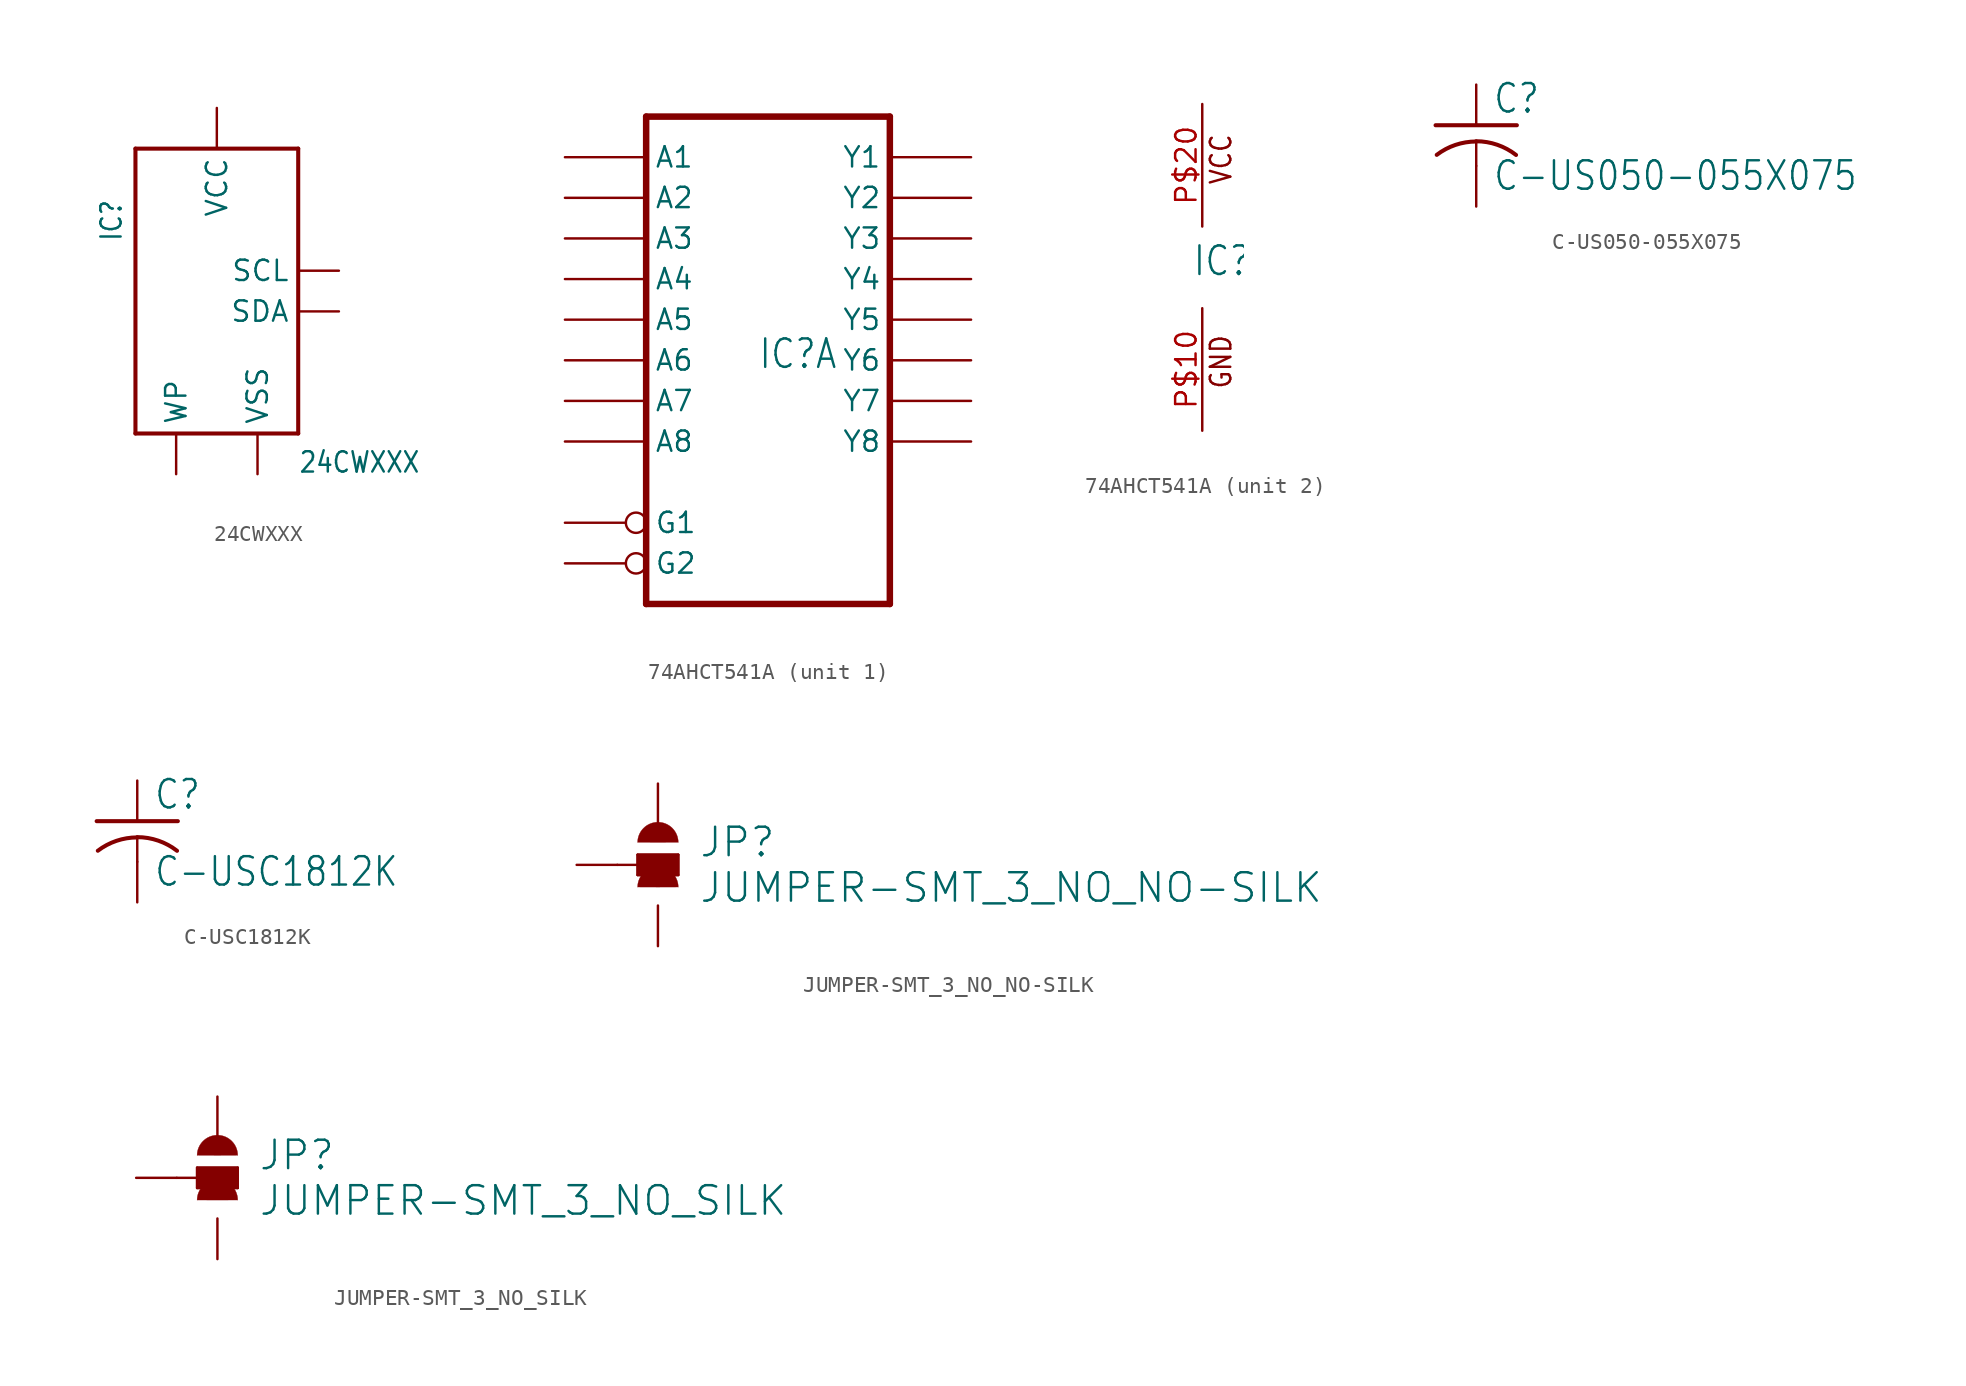
<source format=kicad_sym>
(kicad_symbol_lib
  (version 20211014)
  (generator kicad_symbol_editor)
  (symbol "24CWXXX"
    (property "Reference" "IC"
      (at -5.842 4.318 90)
      (effects (font (size 1.27 1.079)) (justify left bottom)))
    (property "Value" "24CWXXX"
      (at 5.08 -10.16 0)
      (effects (font (size 1.27 1.079)) (justify left bottom)))
    (property "ki_locked" ""
      (at 0 0 0)
      (effects (font (size 1.27 1.27))))
    (symbol "24CWXXX_1_0"
      (polyline (pts (xy -5.08 -7.62) (xy 5.08 -7.62)) (stroke (width 0.254) (type default) (color 0 0 0 0)) (fill (type none)))
      (polyline (pts (xy -5.08 10.16) (xy -5.08 -7.62)) (stroke (width 0.254) (type default) (color 0 0 0 0)) (fill (type none)))
      (polyline (pts (xy 5.08 -7.62) (xy 5.08 10.16)) (stroke (width 0.254) (type default) (color 0 0 0 0)) (fill (type none)))
      (polyline (pts (xy 5.08 10.16) (xy -5.08 10.16)) (stroke (width 0.254) (type default) (color 0 0 0 0)) (fill (type none)))
      (pin bidirectional line (at 2.54 -10.16 90) (length 2.54) (name "VSS" (effects (font (size 1.27 1.27)))) (number "P$4" (effects (font (size 0 0)))))
      (pin bidirectional line (at 7.62 0 180) (length 2.54) (name "SDA" (effects (font (size 1.27 1.27)))) (number "P$5" (effects (font (size 0 0)))))
      (pin bidirectional line (at 7.62 2.54 180) (length 2.54) (name "SCL" (effects (font (size 1.27 1.27)))) (number "P$6" (effects (font (size 0 0)))))
      (pin bidirectional line (at -2.54 -10.16 90) (length 2.54) (name "WP" (effects (font (size 1.27 1.27)))) (number "P$7" (effects (font (size 0 0)))))
      (pin bidirectional line (at 0 12.7 270) (length 2.54) (name "VCC" (effects (font (size 1.27 1.27)))) (number "P$8" (effects (font (size 0 0)))))))
  (symbol "74AHCT541A"
    (property "Reference" "IC"
      (at -0.635 -0.635 0)
      (effects (font (size 1.778 1.511)) (justify left bottom)))
    (property "ki_locked" ""
      (at 0 0 0)
      (effects (font (size 1.27 1.27))))
    (symbol "74AHCT541A_1_0"
      (polyline (pts (xy -7.62 -15.24) (xy 7.62 -15.24)) (stroke (width 0.406) (type default) (color 0 0 0 0)) (fill (type none)))
      (polyline (pts (xy -7.62 15.24) (xy -7.62 -15.24)) (stroke (width 0.406) (type default) (color 0 0 0 0)) (fill (type none)))
      (polyline (pts (xy 7.62 -15.24) (xy 7.62 15.24)) (stroke (width 0.406) (type default) (color 0 0 0 0)) (fill (type none)))
      (polyline (pts (xy 7.62 15.24) (xy -7.62 15.24)) (stroke (width 0.406) (type default) (color 0 0 0 0)) (fill (type none)))
      (pin input inverted (at -12.7 -10.16 0) (length 5.08) (name "G1" (effects (font (size 1.27 1.27)))) (number "P$1" (effects (font (size 0 0)))))
      (pin tri_state line (at 12.7 -5.08 180) (length 5.08) (name "Y8" (effects (font (size 1.27 1.27)))) (number "P$11" (effects (font (size 0 0)))))
      (pin tri_state line (at 12.7 -2.54 180) (length 5.08) (name "Y7" (effects (font (size 1.27 1.27)))) (number "P$12" (effects (font (size 0 0)))))
      (pin tri_state line (at 12.7 0 180) (length 5.08) (name "Y6" (effects (font (size 1.27 1.27)))) (number "P$13" (effects (font (size 0 0)))))
      (pin tri_state line (at 12.7 2.54 180) (length 5.08) (name "Y5" (effects (font (size 1.27 1.27)))) (number "P$14" (effects (font (size 0 0)))))
      (pin tri_state line (at 12.7 5.08 180) (length 5.08) (name "Y4" (effects (font (size 1.27 1.27)))) (number "P$15" (effects (font (size 0 0)))))
      (pin tri_state line (at 12.7 7.62 180) (length 5.08) (name "Y3" (effects (font (size 1.27 1.27)))) (number "P$16" (effects (font (size 0 0)))))
      (pin tri_state line (at 12.7 10.16 180) (length 5.08) (name "Y2" (effects (font (size 1.27 1.27)))) (number "P$17" (effects (font (size 0 0)))))
      (pin tri_state line (at 12.7 12.7 180) (length 5.08) (name "Y1" (effects (font (size 1.27 1.27)))) (number "P$18" (effects (font (size 0 0)))))
      (pin input inverted (at -12.7 -12.7 0) (length 5.08) (name "G2" (effects (font (size 1.27 1.27)))) (number "P$19" (effects (font (size 0 0)))))
      (pin input line (at -12.7 12.7 0) (length 5.08) (name "A1" (effects (font (size 1.27 1.27)))) (number "P$2" (effects (font (size 0 0)))))
      (pin input line (at -12.7 10.16 0) (length 5.08) (name "A2" (effects (font (size 1.27 1.27)))) (number "P$3" (effects (font (size 0 0)))))
      (pin input line (at -12.7 7.62 0) (length 5.08) (name "A3" (effects (font (size 1.27 1.27)))) (number "P$4" (effects (font (size 0 0)))))
      (pin input line (at -12.7 5.08 0) (length 5.08) (name "A4" (effects (font (size 1.27 1.27)))) (number "P$5" (effects (font (size 0 0)))))
      (pin input line (at -12.7 2.54 0) (length 5.08) (name "A5" (effects (font (size 1.27 1.27)))) (number "P$6" (effects (font (size 0 0)))))
      (pin input line (at -12.7 0 0) (length 5.08) (name "A6" (effects (font (size 1.27 1.27)))) (number "P$7" (effects (font (size 0 0)))))
      (pin input line (at -12.7 -2.54 0) (length 5.08) (name "A7" (effects (font (size 1.27 1.27)))) (number "P$8" (effects (font (size 0 0)))))
      (pin input line (at -12.7 -5.08 0) (length 5.08) (name "A8" (effects (font (size 1.27 1.27)))) (number "P$9" (effects (font (size 0 0))))))
    (symbol "74AHCT541A_2_0"
      (text "GND" (at 1.905 -7.62 900) (effects (font (size 1.27 1.079)) (justify left bottom)))
      (text "VCC" (at 1.905 5.08 900) (effects (font (size 1.27 1.079)) (justify left bottom)))
      (pin power_in line (at 0 -10.16 90) (length 7.62) (name "GND" (effects (font (size 0 0)))) (number "P$10" (effects (font (size 1.27 1.27)))))
      (pin power_in line (at 0 10.16 270) (length 7.62) (name "VCC" (effects (font (size 0 0)))) (number "P$20" (effects (font (size 1.27 1.27)))))))
  (symbol "C-US050-055X075"
    (property "Reference" "C"
      (at 1.016 0.635 0)
      (effects (font (size 1.778 1.511)) (justify left bottom)))
    (property "Value" "C-US050-055X075"
      (at 1.016 -4.191 0)
      (effects (font (size 1.778 1.511)) (justify left bottom)))
    (property "ki_locked" ""
      (at 0 0 0)
      (effects (font (size 1.27 1.27))))
    (symbol "C-US050-055X075_1_0"
      (arc (start 0 -1.0161) (mid -1.302 -1.2303) (end -2.4668 -1.8504) (stroke (width 0.254) (type default) (color 0 0 0 0)) (fill (type none)))
      (polyline (pts (xy -2.54 0) (xy 2.54 0)) (stroke (width 0.254) (type default) (color 0 0 0 0)) (fill (type none)))
      (polyline (pts (xy 0 -1.016) (xy 0 -2.54)) (stroke (width 0.152) (type default) (color 0 0 0 0)) (fill (type none)))
      (arc (start 2.4892 -1.8542) (mid 1.3158 -1.2195) (end 0 -1) (stroke (width 0.254) (type default) (color 0 0 0 0)) (fill (type none)))
      (pin passive line (at 0 2.54 270) (length 2.54) (name "1" (effects (font (size 0 0)))) (number "1" (effects (font (size 0 0)))))
      (pin passive line (at 0 -5.08 90) (length 2.54) (name "2" (effects (font (size 0 0)))) (number "2" (effects (font (size 0 0)))))))
  (symbol "C-USC1812K"
    (property "Reference" "C"
      (at 1.016 0.635 0)
      (effects (font (size 1.778 1.511)) (justify left bottom)))
    (property "Value" "C-USC1812K"
      (at 1.016 -4.191 0)
      (effects (font (size 1.778 1.511)) (justify left bottom)))
    (property "ki_locked" ""
      (at 0 0 0)
      (effects (font (size 1.27 1.27))))
    (symbol "C-USC1812K_1_0"
      (arc (start 0 -1.0161) (mid -1.302 -1.2303) (end -2.4668 -1.8504) (stroke (width 0.254) (type default) (color 0 0 0 0)) (fill (type none)))
      (polyline (pts (xy -2.54 0) (xy 2.54 0)) (stroke (width 0.254) (type default) (color 0 0 0 0)) (fill (type none)))
      (polyline (pts (xy 0 -1.016) (xy 0 -2.54)) (stroke (width 0.152) (type default) (color 0 0 0 0)) (fill (type none)))
      (arc (start 2.4892 -1.8542) (mid 1.3158 -1.2195) (end 0 -1) (stroke (width 0.254) (type default) (color 0 0 0 0)) (fill (type none)))
      (pin passive line (at 0 2.54 270) (length 2.54) (name "1" (effects (font (size 0 0)))) (number "1" (effects (font (size 0 0)))))
      (pin passive line (at 0 -5.08 90) (length 2.54) (name "2" (effects (font (size 0 0)))) (number "2" (effects (font (size 0 0)))))))
  (symbol "JUMPER-SMT_3_NO_NO-SILK"
    (property "Reference" "JP"
      (at 2.54 0.381 0)
      (effects (font (size 1.778 1.778)) (justify left bottom)))
    (property "Value" "JUMPER-SMT_3_NO_NO-SILK"
      (at 2.54 -0.381 0)
      (effects (font (size 1.778 1.778)) (justify left top)))
    (property "ki_locked" ""
      (at 0 0 0)
      (effects (font (size 1.27 1.27))))
    (symbol "JUMPER-SMT_3_NO_NO-SILK_1_0"
      (rectangle (start -1.27 -0.635) (end 1.27 0.635) (stroke (width 0) (type default) (color 0 0 0 0)) (fill (type outline)))
      (polyline (pts (xy -2.54 0) (xy -1.27 0)) (stroke (width 0.152) (type default) (color 0 0 0 0)) (fill (type none)))
      (polyline (pts (xy -1.27 -0.635) (xy -1.27 0)) (stroke (width 0.152) (type default) (color 0 0 0 0)) (fill (type none)))
      (polyline (pts (xy -1.27 0) (xy -1.27 0.635)) (stroke (width 0.152) (type default) (color 0 0 0 0)) (fill (type none)))
      (polyline (pts (xy -1.27 0.635) (xy 1.27 0.635)) (stroke (width 0.152) (type default) (color 0 0 0 0)) (fill (type none)))
      (polyline (pts (xy 1.27 -0.635) (xy -1.27 -0.635)) (stroke (width 0.152) (type default) (color 0 0 0 0)) (fill (type none)))
      (polyline (pts (xy 1.27 0.635) (xy 1.27 -0.635)) (stroke (width 0.152) (type default) (color 0 0 0 0)) (fill (type none)))
      (arc (start 1.27 -1.397) (mid 0 -0.127) (end -1.27 -1.397) (stroke (width 0.0001) (type default) (color 0 0 0 0)) (fill (type outline)))
      (arc (start 1.27 1.397) (mid 0 2.667) (end -1.27 1.397) (stroke (width 0.0001) (type default) (color 0 0 0 0)) (fill (type outline)))
      (pin passive line (at 0 5.08 270) (length 2.54) (name "1" (effects (font (size 0 0)))) (number "1" (effects (font (size 0 0)))))
      (pin passive line (at -5.08 0 0) (length 2.54) (name "2" (effects (font (size 0 0)))) (number "2" (effects (font (size 0 0)))))
      (pin passive line (at 0 -5.08 90) (length 2.54) (name "3" (effects (font (size 0 0)))) (number "3" (effects (font (size 0 0)))))))
  (symbol "JUMPER-SMT_3_NO_SILK"
    (property "Reference" "JP"
      (at 2.54 0.381 0)
      (effects (font (size 1.778 1.778)) (justify left bottom)))
    (property "Value" "JUMPER-SMT_3_NO_SILK"
      (at 2.54 -0.381 0)
      (effects (font (size 1.778 1.778)) (justify left top)))
    (property "ki_locked" ""
      (at 0 0 0)
      (effects (font (size 1.27 1.27))))
    (symbol "JUMPER-SMT_3_NO_SILK_1_0"
      (rectangle (start -1.27 -0.635) (end 1.27 0.635) (stroke (width 0) (type default) (color 0 0 0 0)) (fill (type outline)))
      (polyline (pts (xy -2.54 0) (xy -1.27 0)) (stroke (width 0.152) (type default) (color 0 0 0 0)) (fill (type none)))
      (polyline (pts (xy -1.27 -0.635) (xy -1.27 0)) (stroke (width 0.152) (type default) (color 0 0 0 0)) (fill (type none)))
      (polyline (pts (xy -1.27 0) (xy -1.27 0.635)) (stroke (width 0.152) (type default) (color 0 0 0 0)) (fill (type none)))
      (polyline (pts (xy -1.27 0.635) (xy 1.27 0.635)) (stroke (width 0.152) (type default) (color 0 0 0 0)) (fill (type none)))
      (polyline (pts (xy 1.27 -0.635) (xy -1.27 -0.635)) (stroke (width 0.152) (type default) (color 0 0 0 0)) (fill (type none)))
      (polyline (pts (xy 1.27 0.635) (xy 1.27 -0.635)) (stroke (width 0.152) (type default) (color 0 0 0 0)) (fill (type none)))
      (arc (start 1.27 -1.397) (mid 0 -0.127) (end -1.27 -1.397) (stroke (width 0.0001) (type default) (color 0 0 0 0)) (fill (type outline)))
      (arc (start 1.27 1.397) (mid 0 2.667) (end -1.27 1.397) (stroke (width 0.0001) (type default) (color 0 0 0 0)) (fill (type outline)))
      (pin passive line (at 0 5.08 270) (length 2.54) (name "1" (effects (font (size 0 0)))) (number "1" (effects (font (size 0 0)))))
      (pin passive line (at -5.08 0 0) (length 2.54) (name "2" (effects (font (size 0 0)))) (number "2" (effects (font (size 0 0)))))
      (pin passive line (at 0 -5.08 90) (length 2.54) (name "3" (effects (font (size 0 0)))) (number "3" (effects (font (size 0 0))))))))
</source>
